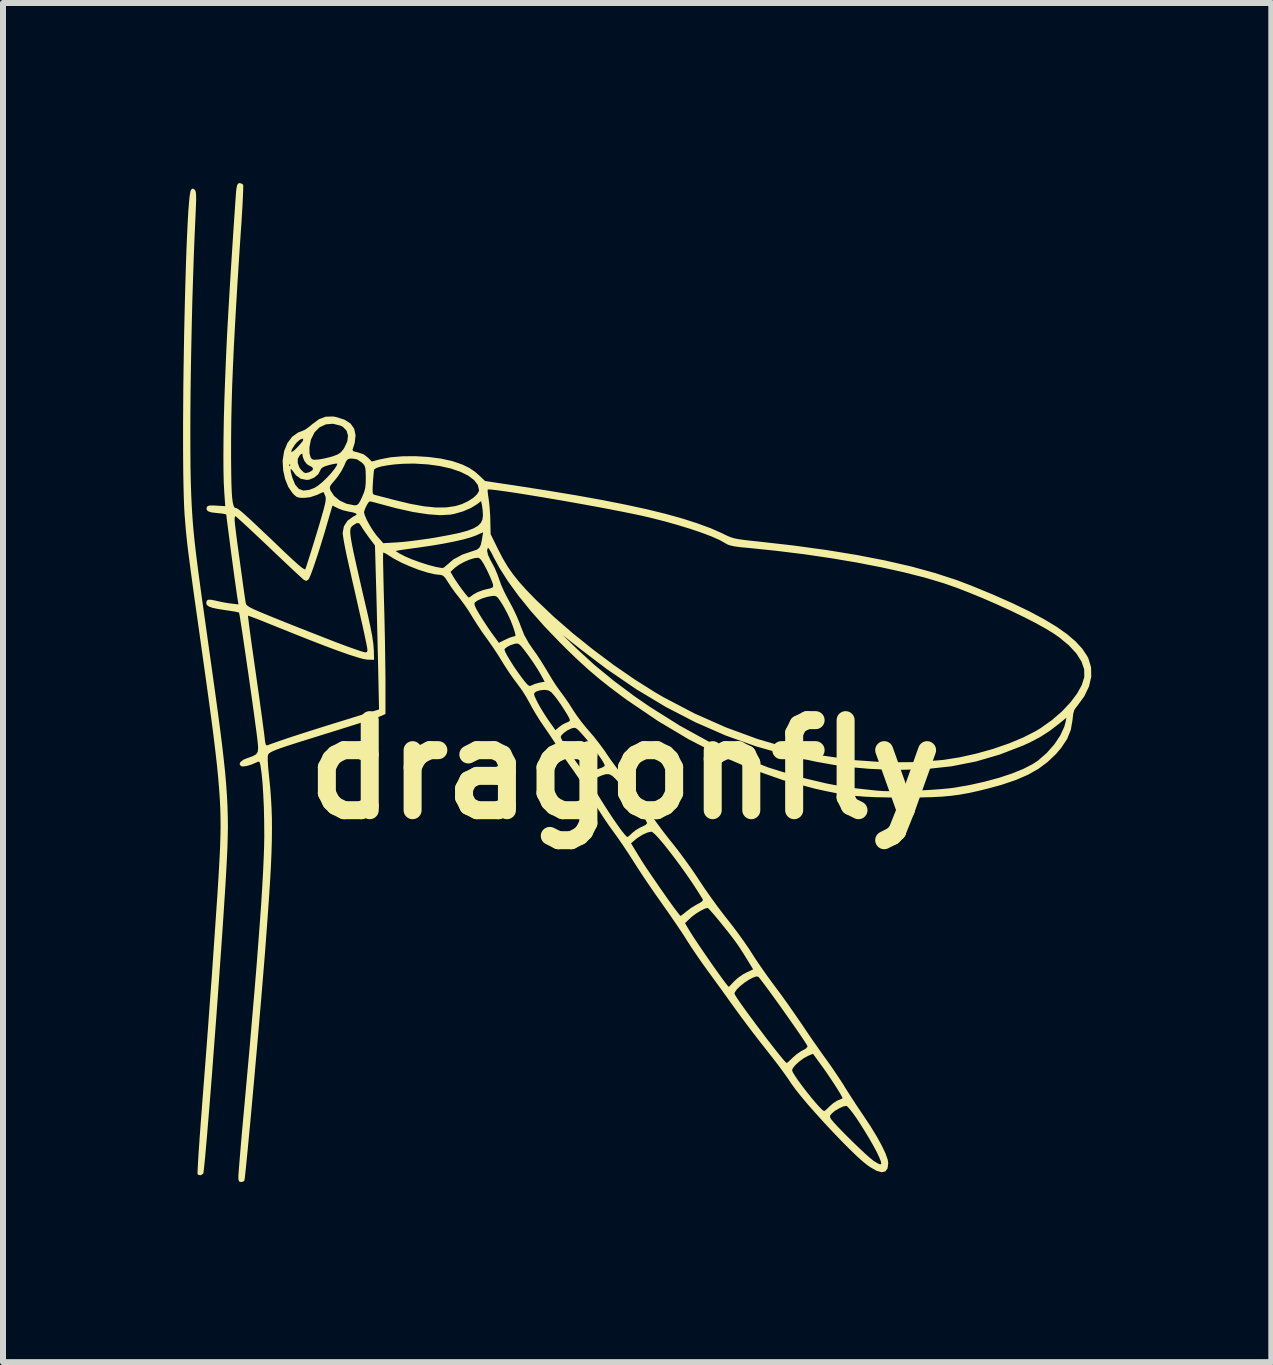
<source format=kicad_pcb>
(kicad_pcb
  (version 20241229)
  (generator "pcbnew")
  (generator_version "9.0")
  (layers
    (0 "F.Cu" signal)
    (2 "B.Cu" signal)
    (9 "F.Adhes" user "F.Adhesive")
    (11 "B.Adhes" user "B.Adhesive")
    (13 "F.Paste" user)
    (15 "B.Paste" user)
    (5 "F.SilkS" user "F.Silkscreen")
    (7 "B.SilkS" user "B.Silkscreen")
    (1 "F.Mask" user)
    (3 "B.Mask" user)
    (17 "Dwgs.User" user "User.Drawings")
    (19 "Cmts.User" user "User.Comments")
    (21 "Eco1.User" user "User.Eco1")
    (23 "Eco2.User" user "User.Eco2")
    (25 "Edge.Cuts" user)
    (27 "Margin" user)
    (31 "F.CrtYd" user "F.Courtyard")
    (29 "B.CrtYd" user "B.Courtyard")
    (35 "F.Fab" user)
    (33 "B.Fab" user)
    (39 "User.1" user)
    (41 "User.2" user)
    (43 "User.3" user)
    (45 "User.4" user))
  (footprint "dragonfly"
    (layer "F.Cu")
    (at 7.36 9.77)
    (property "Reference" "dragonfly" (at 0 0 0) (layer "F.SilkS") (effects (font (size 1.5 1.5) (thickness 0.3))))
    (attr board_only exclude_from_pos_files exclude_from_bom)
    (fp_poly (pts (xy -7.171 -9.664) (xy -7.165 -9.658) (xy -7.154 -9.64) (xy -7.146 -9.609) (xy -7.143 -9.559) (xy -7.142 -9.484) (xy -7.146 -9.377) (xy -7.152 -9.233) (xy -7.153 -9.213) (xy -7.168 -8.881) (xy -7.182 -8.53) (xy -7.194 -8.165) (xy -7.206 -7.791) (xy -7.215 -7.412) (xy -7.223 -7.034) (xy -7.23 -6.66) (xy -7.235 -6.296) (xy -7.238 -5.946) (xy -7.239 -5.615) (xy -7.238 -5.308) (xy -7.236 -5.029) (xy -7.231 -4.784) (xy -7.224 -4.576) (xy -7.221 -4.505) (xy -7.215 -4.381) (xy -7.208 -4.265) (xy -7.2 -4.152) (xy -7.191 -4.038) (xy -7.18 -3.92) (xy -7.167 -3.794) (xy -7.151 -3.655) (xy -7.132 -3.5) (xy -7.11 -3.324) (xy -7.083 -3.124) (xy -7.052 -2.895) (xy -7.015 -2.634) (xy -6.973 -2.337) (xy -6.93 -2.028) (xy -6.874 -1.63) (xy -6.824 -1.272) (xy -6.78 -0.951) (xy -6.742 -0.663) (xy -6.709 -0.402) (xy -6.682 -0.166) (xy -6.659 0.049) (xy -6.642 0.247) (xy -6.629 0.433) (xy -6.62 0.61) (xy -6.615 0.782) (xy -6.613 0.952) (xy -6.616 1.126) (xy -6.621 1.306) (xy -6.63 1.497) (xy -6.641 1.702) (xy -6.654 1.926) (xy -6.662 2.05) (xy -6.68 2.326) (xy -6.699 2.617) (xy -6.72 2.92) (xy -6.742 3.23) (xy -6.764 3.546) (xy -6.787 3.863) (xy -6.81 4.179) (xy -6.834 4.491) (xy -6.857 4.795) (xy -6.879 5.089) (xy -6.901 5.368) (xy -6.922 5.63) (xy -6.942 5.872) (xy -6.96 6.091) (xy -6.977 6.283) (xy -6.991 6.445) (xy -7.004 6.575) (xy -7.014 6.668) (xy -7.021 6.722) (xy -7.025 6.734) (xy -7.064 6.76) (xy -7.104 6.755) (xy -7.118 6.741) (xy -7.119 6.715) (xy -7.116 6.649) (xy -7.111 6.548) (xy -7.103 6.414) (xy -7.092 6.253) (xy -7.079 6.069) (xy -7.064 5.866) (xy -7.047 5.648) (xy -7.042 5.577) (xy -7.009 5.151) (xy -6.976 4.723) (xy -6.944 4.299) (xy -6.914 3.883) (xy -6.884 3.48) (xy -6.857 3.093) (xy -6.832 2.729) (xy -6.809 2.392) (xy -6.788 2.086) (xy -6.771 1.816) (xy -6.761 1.638) (xy -6.751 1.456) (xy -6.743 1.286) (xy -6.738 1.124) (xy -6.735 0.968) (xy -6.736 0.812) (xy -6.74 0.654) (xy -6.748 0.489) (xy -6.76 0.315) (xy -6.776 0.127) (xy -6.796 -0.078) (xy -6.822 -0.304) (xy -6.852 -0.555) (xy -6.888 -0.834) (xy -6.93 -1.144) (xy -6.978 -1.49) (xy -7.032 -1.875) (xy -7.052 -2.016) (xy -7.097 -2.339) (xy -7.137 -2.62) (xy -7.172 -2.865) (xy -7.201 -3.078) (xy -7.226 -3.261) (xy -7.247 -3.419) (xy -7.265 -3.555) (xy -7.28 -3.673) (xy -7.292 -3.777) (xy -7.302 -3.871) (xy -7.311 -3.958) (xy -7.318 -4.042) (xy -7.325 -4.127) (xy -7.332 -4.216) (xy -7.334 -4.233) (xy -7.342 -4.37) (xy -7.348 -4.539) (xy -7.353 -4.737) (xy -7.357 -4.96) (xy -7.359 -5.206) (xy -7.36 -5.471) (xy -7.36 -5.751) (xy -7.358 -6.043) (xy -7.356 -6.345) (xy -7.352 -6.651) (xy -7.347 -6.96) (xy -7.342 -7.268) (xy -7.335 -7.572) (xy -7.328 -7.867) (xy -7.32 -8.152) (xy -7.312 -8.421) (xy -7.303 -8.674) (xy -7.293 -8.904) (xy -7.283 -9.111) (xy -7.273 -9.289) (xy -7.262 -9.437) (xy -7.251 -9.549) (xy -7.239 -9.624) (xy -7.228 -9.658) (xy -7.228 -9.658) (xy -7.199 -9.679)) (stroke (width 0) (type solid)) (fill yes) (layer "F.SilkS"))
    (fp_poly (pts (xy -6.373 -9.756) (xy -6.359 -9.739) (xy -6.357 -9.709) (xy -6.359 -9.641) (xy -6.363 -9.54) (xy -6.369 -9.412) (xy -6.378 -9.262) (xy -6.388 -9.096) (xy -6.393 -9.031) (xy -6.425 -8.55) (xy -6.453 -8.11) (xy -6.477 -7.707) (xy -6.498 -7.336) (xy -6.516 -6.995) (xy -6.53 -6.679) (xy -6.542 -6.385) (xy -6.55 -6.108) (xy -6.556 -5.845) (xy -6.559 -5.593) (xy -6.56 -5.436) (xy -6.56 -5.18) (xy -6.558 -4.964) (xy -6.555 -4.787) (xy -6.55 -4.645) (xy -6.543 -4.536) (xy -6.533 -4.455) (xy -6.52 -4.4) (xy -6.505 -4.368) (xy -6.487 -4.356) (xy -6.483 -4.356) (xy -6.468 -4.353) (xy -6.448 -4.342) (xy -6.418 -4.321) (xy -6.376 -4.286) (xy -6.32 -4.237) (xy -6.246 -4.17) (xy -6.152 -4.082) (xy -6.035 -3.971) (xy -5.892 -3.836) (xy -5.721 -3.672) (xy -5.672 -3.625) (xy -5.545 -3.506) (xy -5.448 -3.418) (xy -5.379 -3.361) (xy -5.337 -3.335) (xy -5.323 -3.336) (xy -5.313 -3.364) (xy -5.292 -3.429) (xy -5.261 -3.525) (xy -5.223 -3.646) (xy -5.18 -3.785) (xy -5.136 -3.929) (xy -5.084 -4.101) (xy -5.045 -4.236) (xy -5.016 -4.339) (xy -4.997 -4.415) (xy -4.986 -4.471) (xy -4.983 -4.51) (xy -4.985 -4.538) (xy -4.992 -4.558) (xy -5.011 -4.603) (xy -5.023 -4.623) (xy -5.023 -4.623) (xy -5.043 -4.614) (xy -5.091 -4.592) (xy -5.126 -4.575) (xy -5.244 -4.536) (xy -5.343 -4.525) (xy -5.417 -4.527) (xy -5.465 -4.54) (xy -5.508 -4.574) (xy -5.537 -4.605) (xy -5.607 -4.707) (xy -5.66 -4.839) (xy -5.693 -4.987) (xy -5.693 -5.002) (xy -5.568 -5.002) (xy -5.565 -4.961) (xy -5.545 -4.882) (xy -5.537 -4.855) (xy -5.492 -4.745) (xy -5.433 -4.676) (xy -5.357 -4.647) (xy -5.26 -4.658) (xy -5.174 -4.69) (xy -4.915 -4.69) (xy -4.906 -4.655) (xy -4.903 -4.648) (xy -4.842 -4.556) (xy -4.75 -4.48) (xy -4.636 -4.427) (xy -4.511 -4.402) (xy -4.498 -4.402) (xy -4.464 -4.406) (xy -4.437 -4.428) (xy -4.408 -4.475) (xy -4.377 -4.54) (xy -4.344 -4.62) (xy -4.343 -4.625) (xy -4.202 -4.625) (xy -4.196 -4.594) (xy -4.181 -4.579) (xy -4.16 -4.573) (xy -4.12 -4.563) (xy -4.047 -4.544) (xy -3.952 -4.52) (xy -3.845 -4.491) (xy -3.843 -4.491) (xy -3.579 -4.427) (xy -3.349 -4.385) (xy -3.149 -4.365) (xy -2.976 -4.366) (xy -2.825 -4.388) (xy -2.718 -4.42) (xy -2.615 -4.468) (xy -2.527 -4.524) (xy -2.463 -4.584) (xy -2.431 -4.638) (xy -2.286 -4.638) (xy -2.28 -4.582) (xy -2.271 -4.523) (xy -2.26 -4.443) (xy -2.25 -4.336) (xy -2.243 -4.219) (xy -2.241 -4.157) (xy -2.236 -3.921) (xy -2.11 -3.665) (xy -2.031 -3.513) (xy -1.951 -3.378) (xy -1.862 -3.251) (xy -1.759 -3.123) (xy -1.635 -2.985) (xy -1.483 -2.829) (xy -1.472 -2.818) (xy -1.184 -2.545) (xy -0.867 -2.269) (xy -0.529 -1.998) (xy -0.181 -1.738) (xy 0.167 -1.498) (xy 0.505 -1.285) (xy 0.646 -1.203) (xy 1.161 -0.933) (xy 1.685 -0.701) (xy 2.216 -0.506) (xy 2.751 -0.35) (xy 3.286 -0.233) (xy 3.819 -0.156) (xy 4.347 -0.119) (xy 4.866 -0.123) (xy 5.303 -0.159) (xy 5.576 -0.202) (xy 5.854 -0.264) (xy 6.13 -0.341) (xy 6.392 -0.431) (xy 6.633 -0.531) (xy 6.842 -0.637) (xy 6.929 -0.69) (xy 7.115 -0.822) (xy 7.28 -0.965) (xy 7.421 -1.114) (xy 7.533 -1.262) (xy 7.613 -1.406) (xy 7.655 -1.54) (xy 7.655 -1.545) (xy 7.653 -1.669) (xy 7.608 -1.799) (xy 7.523 -1.933) (xy 7.398 -2.068) (xy 7.236 -2.202) (xy 7.141 -2.268) (xy 7.006 -2.35) (xy 6.837 -2.444) (xy 6.64 -2.544) (xy 6.425 -2.648) (xy 6.199 -2.751) (xy 5.969 -2.851) (xy 5.743 -2.944) (xy 5.529 -3.027) (xy 5.335 -3.095) (xy 5.303 -3.106) (xy 4.993 -3.198) (xy 4.646 -3.286) (xy 4.265 -3.37) (xy 3.858 -3.449) (xy 3.43 -3.521) (xy 2.987 -3.586) (xy 2.535 -3.642) (xy 2.08 -3.689) (xy 2.061 -3.691) (xy 1.929 -3.703) (xy 1.833 -3.716) (xy 1.765 -3.73) (xy 1.716 -3.746) (xy 1.677 -3.767) (xy 1.675 -3.769) (xy 1.58 -3.822) (xy 1.448 -3.881) (xy 1.282 -3.944) (xy 1.09 -4.009) (xy 0.877 -4.074) (xy 0.649 -4.138) (xy 0.411 -4.198) (xy 0.267 -4.231) (xy 0.124 -4.261) (xy -0.043 -4.295) (xy -0.229 -4.331) (xy -0.429 -4.369) (xy -0.638 -4.407) (xy -0.853 -4.446) (xy -1.069 -4.484) (xy -1.281 -4.52) (xy -1.484 -4.554) (xy -1.674 -4.585) (xy -1.846 -4.612) (xy -1.996 -4.634) (xy -2.12 -4.651) (xy -2.212 -4.662) (xy -2.268 -4.666) (xy -2.284 -4.664) (xy -2.286 -4.638) (xy -2.431 -4.638) (xy -2.431 -4.639) (xy -2.429 -4.655) (xy -2.45 -4.742) (xy -2.512 -4.822) (xy -2.61 -4.896) (xy -2.74 -4.96) (xy -2.898 -5.014) (xy -3.081 -5.055) (xy -3.283 -5.083) (xy -3.501 -5.096) (xy -3.554 -5.096) (xy -3.696 -5.093) (xy -3.833 -5.083) (xy -3.956 -5.067) (xy -4.059 -5.048) (xy -4.134 -5.025) (xy -4.174 -5.001) (xy -4.177 -4.994) (xy -4.182 -4.961) (xy -4.188 -4.896) (xy -4.195 -4.81) (xy -4.197 -4.776) (xy -4.202 -4.683) (xy -4.202 -4.625) (xy -4.343 -4.625) (xy -4.325 -4.69) (xy -4.317 -4.77) (xy -4.316 -4.868) (xy -4.318 -4.96) (xy -4.323 -5.02) (xy -4.336 -5.06) (xy -4.358 -5.091) (xy -4.387 -5.118) (xy -4.462 -5.167) (xy -4.542 -5.18) (xy -4.59 -5.178) (xy -4.621 -5.164) (xy -4.646 -5.129) (xy -4.675 -5.062) (xy -4.677 -5.058) (xy -4.721 -4.973) (xy -4.782 -4.881) (xy -4.828 -4.823) (xy -4.881 -4.762) (xy -4.909 -4.722) (xy -4.915 -4.69) (xy -5.174 -4.69) (xy -5.173 -4.69) (xy -5.114 -4.727) (xy -5.044 -4.784) (xy -4.969 -4.855) (xy -4.898 -4.931) (xy -4.84 -5.003) (xy -4.801 -5.062) (xy -4.79 -5.094) (xy -4.81 -5.097) (xy -4.861 -5.088) (xy -4.925 -5.073) (xy -5.004 -5.048) (xy -5.049 -5.023) (xy -5.07 -4.993) (xy -5.072 -4.986) (xy -5.109 -4.918) (xy -5.176 -4.862) (xy -5.257 -4.829) (xy -5.3 -4.824) (xy -5.398 -4.843) (xy -5.479 -4.901) (xy -5.527 -4.966) (xy -5.556 -5.004) (xy -5.568 -5.002) (xy -5.693 -5.002) (xy -5.697 -5.069) (xy -5.592 -5.069) (xy -5.584 -5.051) (xy -5.578 -5.054) (xy -5.575 -5.08) (xy -5.578 -5.084) (xy -5.591 -5.081) (xy -5.592 -5.069) (xy -5.697 -5.069) (xy -5.699 -5.104) (xy -5.449 -5.104) (xy -5.42 -5.028) (xy -5.389 -4.988) (xy -5.348 -4.949) (xy -5.315 -4.938) (xy -5.267 -4.95) (xy -5.249 -4.957) (xy -5.202 -4.987) (xy -5.196 -5.022) (xy -5.229 -5.05) (xy -5.247 -5.056) (xy -5.297 -5.087) (xy -5.341 -5.145) (xy -5.367 -5.213) (xy -5.37 -5.238) (xy -5.373 -5.262) (xy -5.391 -5.256) (xy -5.416 -5.234) (xy -5.449 -5.177) (xy -5.449 -5.104) (xy -5.699 -5.104) (xy -5.701 -5.138) (xy -5.7 -5.155) (xy -5.677 -5.299) (xy -5.559 -5.299) (xy -5.548 -5.29) (xy -5.511 -5.315) (xy -5.473 -5.35) (xy -5.459 -5.365) (xy -5.255 -5.365) (xy -5.253 -5.264) (xy -5.234 -5.198) (xy -5.213 -5.171) (xy -5.18 -5.16) (xy -5.121 -5.163) (xy -5.1 -5.165) (xy -5.013 -5.18) (xy -4.914 -5.204) (xy -4.864 -5.218) (xy -4.785 -5.248) (xy -4.732 -5.283) (xy -4.687 -5.338) (xy -4.675 -5.357) (xy -4.624 -5.464) (xy -4.612 -5.562) (xy -4.636 -5.645) (xy -4.697 -5.708) (xy -4.736 -5.728) (xy -4.862 -5.76) (xy -4.98 -5.75) (xy -5.084 -5.702) (xy -5.169 -5.618) (xy -5.227 -5.502) (xy -5.233 -5.481) (xy -5.255 -5.365) (xy -5.459 -5.365) (xy -5.419 -5.408) (xy -5.378 -5.456) (xy -5.361 -5.482) (xy -5.36 -5.509) (xy -5.382 -5.509) (xy -5.42 -5.489) (xy -5.463 -5.452) (xy -5.499 -5.409) (xy -5.543 -5.339) (xy -5.559 -5.299) (xy -5.677 -5.299) (xy -5.675 -5.308) (xy -5.621 -5.439) (xy -5.542 -5.544) (xy -5.442 -5.615) (xy -5.371 -5.641) (xy -5.324 -5.663) (xy -5.262 -5.707) (xy -5.211 -5.75) (xy -5.097 -5.835) (xy -4.983 -5.878) (xy -4.859 -5.881) (xy -4.809 -5.872) (xy -4.67 -5.828) (xy -4.57 -5.764) (xy -4.509 -5.677) (xy -4.486 -5.569) (xy -4.501 -5.438) (xy -4.537 -5.327) (xy -4.527 -5.304) (xy -4.476 -5.289) (xy -4.455 -5.285) (xy -4.353 -5.252) (xy -4.288 -5.202) (xy -4.215 -5.131) (xy -4.074 -5.168) (xy -3.904 -5.201) (xy -3.705 -5.218) (xy -3.491 -5.22) (xy -3.274 -5.207) (xy -3.067 -5.18) (xy -2.883 -5.14) (xy -2.853 -5.131) (xy -2.707 -5.08) (xy -2.592 -5.025) (xy -2.495 -4.959) (xy -2.429 -4.901) (xy -2.328 -4.806) (xy -1.782 -4.724) (xy -1.271 -4.644) (xy -0.803 -4.566) (xy -0.375 -4.489) (xy 0.013 -4.412) (xy 0.364 -4.336) (xy 0.679 -4.259) (xy 0.959 -4.181) (xy 1.208 -4.101) (xy 1.426 -4.021) (xy 1.615 -3.938) (xy 1.657 -3.917) (xy 1.714 -3.89) (xy 1.766 -3.869) (xy 1.822 -3.852) (xy 1.891 -3.838) (xy 1.98 -3.825) (xy 2.098 -3.811) (xy 2.225 -3.798) (xy 2.815 -3.731) (xy 3.362 -3.656) (xy 3.869 -3.573) (xy 4.338 -3.482) (xy 4.769 -3.383) (xy 5.165 -3.274) (xy 5.528 -3.156) (xy 5.768 -3.065) (xy 6.134 -2.914) (xy 6.457 -2.771) (xy 6.741 -2.634) (xy 6.986 -2.503) (xy 7.195 -2.377) (xy 7.369 -2.254) (xy 7.51 -2.133) (xy 7.62 -2.014) (xy 7.7 -1.895) (xy 7.724 -1.849) (xy 7.768 -1.702) (xy 7.771 -1.546) (xy 7.734 -1.384) (xy 7.656 -1.221) (xy 7.539 -1.059) (xy 7.519 -1.036) (xy 7.489 -0.991) (xy 7.471 -0.929) (xy 7.46 -0.838) (xy 7.459 -0.824) (xy 7.431 -0.662) (xy 7.369 -0.508) (xy 7.268 -0.356) (xy 7.179 -0.253) (xy 7.042 -0.123) (xy 6.89 -0.01) (xy 6.717 0.088) (xy 6.516 0.175) (xy 6.282 0.254) (xy 6.073 0.312) (xy 5.895 0.356) (xy 5.737 0.391) (xy 5.589 0.418) (xy 5.442 0.438) (xy 5.288 0.452) (xy 5.117 0.461) (xy 4.922 0.466) (xy 4.693 0.468) (xy 4.634 0.468) (xy 4.395 0.466) (xy 4.191 0.462) (xy 4.012 0.454) (xy 3.85 0.441) (xy 3.695 0.422) (xy 3.537 0.397) (xy 3.367 0.364) (xy 3.176 0.322) (xy 3.164 0.319) (xy 2.641 0.179) (xy 2.116 -0.005) (xy 1.591 -0.232) (xy 1.068 -0.5) (xy 0.548 -0.81) (xy 0.034 -1.159) (xy -0.067 -1.233) (xy -0.26 -1.378) (xy -0.433 -1.516) (xy -0.597 -1.655) (xy -0.762 -1.805) (xy -0.937 -1.972) (xy -1.081 -2.115) (xy -1.201 -2.24) (xy -1.036 -2.24) (xy -0.795 -2.006) (xy -0.51 -1.745) (xy -0.19 -1.482) (xy 0.158 -1.222) (xy 0.412 -1.047) (xy 0.913 -0.732) (xy 1.408 -0.459) (xy 1.899 -0.227) (xy 2.389 -0.034) (xy 2.882 0.12) (xy 3.364 0.234) (xy 3.495 0.259) (xy 3.614 0.28) (xy 3.735 0.298) (xy 3.867 0.316) (xy 4.02 0.333) (xy 4.207 0.353) (xy 4.222 0.354) (xy 4.317 0.36) (xy 4.447 0.362) (xy 4.602 0.36) (xy 4.772 0.355) (xy 4.948 0.348) (xy 5.12 0.338) (xy 5.279 0.326) (xy 5.415 0.313) (xy 5.492 0.303) (xy 5.75 0.258) (xy 6 0.202) (xy 6.236 0.138) (xy 6.45 0.067) (xy 6.638 -0.009) (xy 6.792 -0.088) (xy 6.885 -0.149) (xy 7.031 -0.277) (xy 7.156 -0.419) (xy 7.255 -0.567) (xy 7.322 -0.713) (xy 7.342 -0.787) (xy 7.357 -0.862) (xy 7.227 -0.756) (xy 7.072 -0.638) (xy 6.919 -0.54) (xy 6.75 -0.451) (xy 6.633 -0.398) (xy 6.245 -0.248) (xy 5.85 -0.133) (xy 5.443 -0.053) (xy 5.017 -0.006) (xy 4.567 0.007) (xy 4.389 0.004) (xy 4.073 -0.011) (xy 3.776 -0.037) (xy 3.485 -0.076) (xy 3.186 -0.129) (xy 2.866 -0.199) (xy 2.707 -0.237) (xy 2.186 -0.385) (xy 1.677 -0.567) (xy 1.177 -0.786) (xy 0.682 -1.042) (xy 0.189 -1.338) (xy -0.304 -1.675) (xy -0.744 -2.009) (xy -1.036 -2.24) (xy -1.201 -2.24) (xy -1.336 -2.38) (xy -1.567 -2.641) (xy -1.772 -2.894) (xy -1.947 -3.135) (xy -2.09 -3.36) (xy -2.181 -3.528) (xy -2.22 -3.606) (xy -2.254 -3.663) (xy -2.276 -3.692) (xy -2.281 -3.694) (xy -2.295 -3.649) (xy -2.28 -3.577) (xy -2.236 -3.483) (xy -2.217 -3.449) (xy -2.168 -3.356) (xy -2.121 -3.246) (xy -2.092 -3.164) (xy -2.06 -3.076) (xy -2.012 -2.967) (xy -1.955 -2.855) (xy -1.923 -2.797) (xy -1.862 -2.683) (xy -1.802 -2.556) (xy -1.752 -2.437) (xy -1.735 -2.389) (xy -1.675 -2.239) (xy -1.6 -2.105) (xy -1.539 -2.016) (xy -1.467 -1.915) (xy -1.389 -1.795) (xy -1.316 -1.676) (xy -1.291 -1.634) (xy -1.228 -1.529) (xy -1.16 -1.421) (xy -1.095 -1.328) (xy -1.068 -1.292) (xy -1.005 -1.206) (xy -0.933 -1.102) (xy -0.868 -1) (xy -0.86 -0.987) (xy -0.796 -0.892) (xy -0.715 -0.783) (xy -0.63 -0.679) (xy -0.597 -0.642) (xy -0.513 -0.544) (xy -0.421 -0.426) (xy -0.335 -0.309) (xy -0.3 -0.256) (xy -0.227 -0.15) (xy -0.136 -0.027) (xy -0.042 0.095) (xy 0.025 0.178) (xy 0.115 0.291) (xy 0.214 0.424) (xy 0.309 0.559) (xy 0.373 0.657) (xy 0.446 0.767) (xy 0.538 0.898) (xy 0.64 1.035) (xy 0.741 1.165) (xy 0.781 1.214) (xy 0.885 1.346) (xy 0.998 1.498) (xy 1.11 1.654) (xy 1.208 1.798) (xy 1.233 1.837) (xy 1.321 1.97) (xy 1.427 2.121) (xy 1.54 2.277) (xy 1.649 2.421) (xy 1.697 2.481) (xy 1.794 2.606) (xy 1.895 2.74) (xy 1.99 2.873) (xy 2.071 2.991) (xy 2.109 3.051) (xy 2.178 3.158) (xy 2.265 3.286) (xy 2.361 3.423) (xy 2.457 3.555) (xy 2.497 3.609) (xy 2.597 3.743) (xy 2.707 3.896) (xy 2.816 4.052) (xy 2.914 4.194) (xy 2.941 4.233) (xy 3.03 4.366) (xy 3.13 4.512) (xy 3.231 4.656) (xy 3.321 4.783) (xy 3.343 4.813) (xy 3.426 4.929) (xy 3.511 5.054) (xy 3.59 5.172) (xy 3.654 5.271) (xy 3.659 5.281) (xy 3.718 5.375) (xy 3.794 5.493) (xy 3.877 5.62) (xy 3.959 5.742) (xy 3.974 5.764) (xy 4.096 5.948) (xy 4.199 6.117) (xy 4.282 6.268) (xy 4.343 6.397) (xy 4.379 6.498) (xy 4.389 6.56) (xy 4.377 6.647) (xy 4.34 6.697) (xy 4.279 6.71) (xy 4.194 6.686) (xy 4.086 6.624) (xy 4.047 6.597) (xy 3.964 6.531) (xy 3.859 6.436) (xy 3.737 6.318) (xy 3.602 6.182) (xy 3.461 6.035) (xy 3.318 5.882) (xy 3.217 5.77) (xy 3.418 5.77) (xy 3.422 5.801) (xy 3.44 5.831) (xy 3.478 5.876) (xy 3.541 5.945) (xy 3.623 6.03) (xy 3.718 6.126) (xy 3.818 6.224) (xy 3.916 6.318) (xy 4.006 6.402) (xy 4.081 6.469) (xy 4.134 6.512) (xy 4.142 6.519) (xy 4.214 6.563) (xy 4.256 6.58) (xy 4.272 6.571) (xy 4.267 6.535) (xy 4.267 6.534) (xy 4.241 6.467) (xy 4.199 6.377) (xy 4.142 6.271) (xy 4.076 6.155) (xy 4.004 6.036) (xy 3.931 5.919) (xy 3.861 5.812) (xy 3.796 5.721) (xy 3.742 5.652) (xy 3.703 5.611) (xy 3.687 5.604) (xy 3.635 5.616) (xy 3.566 5.648) (xy 3.497 5.69) (xy 3.446 5.733) (xy 3.446 5.734) (xy 3.418 5.77) (xy 3.217 5.77) (xy 3.18 5.729) (xy 3.05 5.582) (xy 2.936 5.446) (xy 2.841 5.327) (xy 2.772 5.231) (xy 2.759 5.211) (xy 2.711 5.14) (xy 2.642 5.043) (xy 2.617 5.009) (xy 2.786 5.009) (xy 2.799 5.044) (xy 2.835 5.104) (xy 2.889 5.183) (xy 2.956 5.275) (xy 3.031 5.372) (xy 3.107 5.467) (xy 3.179 5.553) (xy 3.243 5.624) (xy 3.292 5.673) (xy 3.321 5.692) (xy 3.321 5.692) (xy 3.342 5.678) (xy 3.383 5.641) (xy 3.408 5.616) (xy 3.468 5.563) (xy 3.532 5.521) (xy 3.551 5.512) (xy 3.6 5.492) (xy 3.627 5.48) (xy 3.627 5.48) (xy 3.621 5.459) (xy 3.593 5.408) (xy 3.548 5.334) (xy 3.491 5.244) (xy 3.425 5.145) (xy 3.356 5.043) (xy 3.292 4.953) (xy 3.135 4.737) (xy 3.056 4.77) (xy 2.985 4.808) (xy 2.913 4.86) (xy 2.848 4.918) (xy 2.803 4.971) (xy 2.786 5.009) (xy 2.617 5.009) (xy 2.558 4.929) (xy 2.464 4.807) (xy 2.369 4.686) (xy 2.366 4.682) (xy 2.255 4.541) (xy 2.131 4.381) (xy 2.007 4.216) (xy 1.892 4.061) (xy 1.823 3.966) (xy 1.726 3.831) (xy 1.657 3.735) (xy 1.827 3.735) (xy 1.84 3.762) (xy 1.876 3.819) (xy 1.932 3.9) (xy 2.003 4) (xy 2.086 4.113) (xy 2.176 4.235) (xy 2.27 4.36) (xy 2.363 4.484) (xy 2.453 4.599) (xy 2.534 4.703) (xy 2.603 4.788) (xy 2.656 4.851) (xy 2.689 4.885) (xy 2.697 4.89) (xy 2.718 4.876) (xy 2.759 4.838) (xy 2.794 4.804) (xy 2.861 4.745) (xy 2.935 4.694) (xy 2.966 4.678) (xy 3.022 4.646) (xy 3.044 4.616) (xy 3.043 4.61) (xy 3.024 4.575) (xy 2.983 4.511) (xy 2.923 4.422) (xy 2.849 4.314) (xy 2.765 4.194) (xy 2.675 4.066) (xy 2.583 3.936) (xy 2.492 3.81) (xy 2.408 3.694) (xy 2.334 3.594) (xy 2.274 3.515) (xy 2.232 3.462) (xy 2.225 3.455) (xy 2.192 3.448) (xy 2.136 3.467) (xy 2.066 3.504) (xy 1.992 3.553) (xy 1.922 3.609) (xy 1.866 3.664) (xy 1.833 3.712) (xy 1.827 3.735) (xy 1.657 3.735) (xy 1.621 3.684) (xy 1.516 3.54) (xy 1.422 3.41) (xy 1.367 3.335) (xy 1.282 3.217) (xy 1.193 3.088) (xy 1.11 2.965) (xy 1.042 2.86) (xy 1.034 2.847) (xy 0.98 2.761) (xy 0.906 2.65) (xy 0.845 2.56) (xy 1.003 2.56) (xy 1.062 2.661) (xy 1.103 2.727) (xy 1.159 2.815) (xy 1.228 2.918) (xy 1.305 3.031) (xy 1.386 3.149) (xy 1.467 3.266) (xy 1.544 3.374) (xy 1.613 3.47) (xy 1.67 3.547) (xy 1.71 3.599) (xy 1.731 3.62) (xy 1.732 3.621) (xy 1.749 3.606) (xy 1.786 3.567) (xy 1.818 3.532) (xy 1.886 3.471) (xy 1.971 3.412) (xy 2.018 3.387) (xy 2.138 3.33) (xy 2.046 3.18) (xy 1.991 3.091) (xy 1.934 3.001) (xy 1.887 2.93) (xy 1.887 2.93) (xy 1.84 2.864) (xy 1.778 2.781) (xy 1.706 2.689) (xy 1.63 2.595) (xy 1.556 2.503) (xy 1.488 2.422) (xy 1.432 2.358) (xy 1.393 2.317) (xy 1.378 2.306) (xy 1.332 2.319) (xy 1.265 2.353) (xy 1.19 2.399) (xy 1.119 2.451) (xy 1.087 2.48) (xy 1.003 2.56) (xy 0.845 2.56) (xy 0.818 2.521) (xy 0.724 2.384) (xy 0.629 2.25) (xy 0.615 2.229) (xy 0.516 2.089) (xy 0.412 1.938) (xy 0.311 1.789) (xy 0.222 1.653) (xy 0.15 1.541) (xy 0.148 1.537) (xy 0.068 1.412) (xy -0.022 1.277) (xy -0.054 1.23) (xy 0.103 1.23) (xy 0.244 1.461) (xy 0.291 1.537) (xy 0.353 1.632) (xy 0.427 1.741) (xy 0.507 1.858) (xy 0.59 1.979) (xy 0.672 2.096) (xy 0.749 2.205) (xy 0.817 2.299) (xy 0.873 2.373) (xy 0.911 2.422) (xy 0.929 2.44) (xy 0.95 2.426) (xy 0.994 2.392) (xy 1.029 2.363) (xy 1.105 2.306) (xy 1.189 2.255) (xy 1.218 2.24) (xy 1.282 2.203) (xy 1.302 2.174) (xy 1.3 2.166) (xy 1.22 2.037) (xy 1.13 1.899) (xy 1.032 1.756) (xy 0.931 1.614) (xy 0.83 1.477) (xy 0.733 1.351) (xy 0.644 1.239) (xy 0.566 1.147) (xy 0.503 1.08) (xy 0.459 1.043) (xy 0.443 1.036) (xy 0.377 1.05) (xy 0.295 1.087) (xy 0.211 1.14) (xy 0.18 1.165) (xy 0.103 1.23) (xy -0.054 1.23) (xy -0.111 1.147) (xy -0.188 1.04) (xy -0.196 1.029) (xy -0.27 0.926) (xy -0.356 0.8) (xy -0.444 0.663) (xy -0.525 0.532) (xy -0.541 0.505) (xy -0.618 0.38) (xy -0.701 0.248) (xy -0.723 0.214) (xy -0.566 0.214) (xy -0.56 0.228) (xy -0.501 0.334) (xy -0.431 0.452) (xy -0.354 0.575) (xy -0.275 0.699) (xy -0.196 0.818) (xy -0.122 0.925) (xy -0.057 1.015) (xy -0.004 1.081) (xy 0.031 1.119) (xy 0.043 1.125) (xy 0.067 1.11) (xy 0.107 1.074) (xy 0.122 1.059) (xy 0.185 1.008) (xy 0.262 0.964) (xy 0.283 0.955) (xy 0.346 0.924) (xy 0.371 0.896) (xy 0.37 0.889) (xy 0.345 0.84) (xy 0.298 0.765) (xy 0.236 0.671) (xy 0.164 0.566) (xy 0.089 0.46) (xy 0.015 0.361) (xy -0.052 0.276) (xy -0.077 0.245) (xy -0.153 0.159) (xy -0.211 0.105) (xy -0.261 0.079) (xy -0.315 0.078) (xy -0.384 0.099) (xy -0.463 0.134) (xy -0.53 0.167) (xy -0.561 0.191) (xy -0.566 0.214) (xy -0.723 0.214) (xy -0.783 0.124) (xy -0.854 0.021) (xy -0.869 0) (xy -0.941 -0.1) (xy -1.013 -0.206) (xy -1.075 -0.301) (xy -1.102 -0.345) (xy -1.152 -0.426) (xy -1.219 -0.527) (xy -1.229 -0.542) (xy -1.069 -0.542) (xy -1.057 -0.511) (xy -1.024 -0.452) (xy -0.976 -0.372) (xy -0.916 -0.28) (xy -0.851 -0.183) (xy -0.784 -0.089) (xy -0.768 -0.067) (xy -0.644 0.101) (xy -0.59 0.059) (xy -0.535 0.027) (xy -0.461 -0.003) (xy -0.436 -0.011) (xy -0.376 -0.033) (xy -0.34 -0.056) (xy -0.334 -0.066) (xy -0.347 -0.099) (xy -0.383 -0.16) (xy -0.436 -0.238) (xy -0.501 -0.328) (xy -0.571 -0.42) (xy -0.641 -0.507) (xy -0.694 -0.568) (xy -0.755 -0.636) (xy -0.797 -0.676) (xy -0.828 -0.693) (xy -0.857 -0.693) (xy -0.893 -0.682) (xy -0.954 -0.653) (xy -1.013 -0.612) (xy -1.055 -0.571) (xy -1.069 -0.542) (xy -1.229 -0.542) (xy -1.291 -0.634) (xy -1.338 -0.702) (xy -1.411 -0.809) (xy -1.484 -0.926) (xy -1.548 -1.035) (xy -1.578 -1.092) (xy -1.638 -1.199) (xy -1.672 -1.255) (xy -1.512 -1.255) (xy -1.503 -1.22) (xy -1.476 -1.162) (xy -1.456 -1.121) (xy -1.408 -1.033) (xy -1.345 -0.93) (xy -1.281 -0.832) (xy -1.271 -0.818) (xy -1.156 -0.655) (xy -1.089 -0.712) (xy -1.03 -0.753) (xy -0.975 -0.78) (xy -0.967 -0.782) (xy -0.927 -0.801) (xy -0.914 -0.821) (xy -0.926 -0.854) (xy -0.959 -0.914) (xy -1.006 -0.99) (xy -1.06 -1.074) (xy -1.117 -1.155) (xy -1.17 -1.225) (xy -1.175 -1.23) (xy -1.225 -1.287) (xy -1.267 -1.315) (xy -1.316 -1.325) (xy -1.346 -1.326) (xy -1.416 -1.318) (xy -1.473 -1.3) (xy -1.483 -1.294) (xy -1.505 -1.276) (xy -1.512 -1.255) (xy -1.672 -1.255) (xy -1.711 -1.316) (xy -1.784 -1.417) (xy -1.789 -1.424) (xy -1.856 -1.513) (xy -1.933 -1.623) (xy -2.006 -1.736) (xy -2.037 -1.786) (xy -2.107 -1.899) (xy -2.17 -1.995) (xy -2.005 -1.995) (xy -1.993 -1.96) (xy -1.96 -1.897) (xy -1.911 -1.815) (xy -1.853 -1.723) (xy -1.789 -1.629) (xy -1.726 -1.542) (xy -1.72 -1.534) (xy -1.661 -1.458) (xy -1.621 -1.413) (xy -1.593 -1.393) (xy -1.571 -1.393) (xy -1.551 -1.403) (xy -1.497 -1.426) (xy -1.428 -1.445) (xy -1.42 -1.447) (xy -1.335 -1.462) (xy -1.408 -1.595) (xy -1.455 -1.673) (xy -1.518 -1.771) (xy -1.588 -1.872) (xy -1.622 -1.919) (xy -1.685 -2.003) (xy -1.729 -2.057) (xy -1.761 -2.087) (xy -1.788 -2.098) (xy -1.818 -2.097) (xy -1.834 -2.094) (xy -1.903 -2.072) (xy -1.963 -2.041) (xy -2 -2.01) (xy -2.005 -1.995) (xy -2.17 -1.995) (xy -2.188 -2.022) (xy -2.267 -2.136) (xy -2.296 -2.176) (xy -2.372 -2.282) (xy -2.453 -2.403) (xy -2.525 -2.517) (xy -2.542 -2.545) (xy -2.605 -2.647) (xy -2.677 -2.752) (xy -2.684 -2.761) (xy -2.506 -2.761) (xy -2.498 -2.726) (xy -2.472 -2.67) (xy -2.424 -2.587) (xy -2.418 -2.577) (xy -2.354 -2.475) (xy -2.281 -2.364) (xy -2.214 -2.268) (xy -2.205 -2.256) (xy -2.098 -2.11) (xy -1.992 -2.163) (xy -1.924 -2.194) (xy -1.868 -2.213) (xy -1.847 -2.217) (xy -1.829 -2.22) (xy -1.822 -2.237) (xy -1.829 -2.274) (xy -1.85 -2.341) (xy -1.864 -2.383) (xy -1.903 -2.484) (xy -1.957 -2.6) (xy -2.015 -2.708) (xy -2.024 -2.723) (xy -2.075 -2.805) (xy -2.11 -2.856) (xy -2.139 -2.882) (xy -2.168 -2.892) (xy -2.206 -2.891) (xy -2.206 -2.891) (xy -2.287 -2.877) (xy -2.373 -2.851) (xy -2.447 -2.819) (xy -2.495 -2.786) (xy -2.497 -2.784) (xy -2.506 -2.761) (xy -2.684 -2.761) (xy -2.744 -2.842) (xy -2.761 -2.864) (xy -2.829 -2.95) (xy -2.896 -3.044) (xy -2.944 -3.118) (xy -2.99 -3.189) (xy -3.027 -3.227) (xy -3.063 -3.241) (xy -3.076 -3.242) (xy -3.173 -3.253) (xy -3.297 -3.283) (xy -3.327 -3.293) (xy -2.904 -3.293) (xy -2.846 -3.192) (xy -2.811 -3.139) (xy -2.765 -3.072) (xy -2.714 -3.001) (xy -2.665 -2.937) (xy -2.625 -2.888) (xy -2.602 -2.864) (xy -2.6 -2.863) (xy -2.579 -2.875) (xy -2.537 -2.905) (xy -2.518 -2.919) (xy -2.452 -2.955) (xy -2.366 -2.987) (xy -2.313 -3.001) (xy -2.242 -3.017) (xy -2.205 -3.032) (xy -2.193 -3.053) (xy -2.197 -3.085) (xy -2.212 -3.129) (xy -2.242 -3.202) (xy -2.281 -3.289) (xy -2.302 -3.331) (xy -2.354 -3.43) (xy -2.395 -3.493) (xy -2.429 -3.523) (xy -2.442 -3.527) (xy -2.502 -3.522) (xy -2.586 -3.497) (xy -2.677 -3.458) (xy -2.762 -3.411) (xy -2.826 -3.365) (xy -2.904 -3.293) (xy -3.327 -3.293) (xy -3.438 -3.328) (xy -3.584 -3.385) (xy -3.726 -3.448) (xy -3.852 -3.515) (xy -3.914 -3.554) (xy -3.971 -3.59) (xy -4.012 -3.611) (xy -4.026 -3.613) (xy -4.027 -3.589) (xy -4.028 -3.526) (xy -4.027 -3.428) (xy -4.024 -3.301) (xy -4.021 -3.149) (xy -4.017 -2.978) (xy -4.012 -2.793) (xy -4.006 -2.577) (xy -4.001 -2.349) (xy -3.996 -2.119) (xy -3.993 -1.898) (xy -3.99 -1.696) (xy -3.988 -1.523) (xy -3.988 -1.453) (xy -3.988 -0.924) (xy -4.061 -0.891) (xy -4.098 -0.877) (xy -4.172 -0.851) (xy -4.279 -0.816) (xy -4.413 -0.773) (xy -4.57 -0.724) (xy -4.744 -0.669) (xy -4.929 -0.611) (xy -4.969 -0.599) (xy -5.193 -0.529) (xy -5.38 -0.471) (xy -5.531 -0.423) (xy -5.651 -0.384) (xy -5.744 -0.352) (xy -5.814 -0.326) (xy -5.864 -0.305) (xy -5.899 -0.287) (xy -5.923 -0.271) (xy -5.939 -0.256) (xy -5.941 -0.252) (xy -5.949 -0.219) (xy -5.949 -0.147) (xy -5.942 -0.035) (xy -5.927 0.119) (xy -5.923 0.156) (xy -5.907 0.318) (xy -5.895 0.478) (xy -5.886 0.64) (xy -5.88 0.808) (xy -5.879 0.987) (xy -5.881 1.181) (xy -5.887 1.393) (xy -5.897 1.627) (xy -5.912 1.888) (xy -5.931 2.179) (xy -5.954 2.505) (xy -5.981 2.869) (xy -5.994 3.041) (xy -6.012 3.265) (xy -6.032 3.506) (xy -6.053 3.762) (xy -6.076 4.029) (xy -6.099 4.302) (xy -6.123 4.579) (xy -6.148 4.856) (xy -6.172 5.129) (xy -6.196 5.394) (xy -6.219 5.648) (xy -6.241 5.888) (xy -6.262 6.109) (xy -6.281 6.309) (xy -6.298 6.483) (xy -6.312 6.627) (xy -6.324 6.739) (xy -6.333 6.815) (xy -6.339 6.851) (xy -6.34 6.853) (xy -6.37 6.87) (xy -6.396 6.874) (xy -6.425 6.865) (xy -6.437 6.833) (xy -6.439 6.787) (xy -6.437 6.746) (xy -6.431 6.667) (xy -6.422 6.553) (xy -6.41 6.41) (xy -6.396 6.243) (xy -6.38 6.056) (xy -6.362 5.856) (xy -6.35 5.729) (xy -6.298 5.153) (xy -6.25 4.621) (xy -6.208 4.129) (xy -6.169 3.677) (xy -6.135 3.263) (xy -6.106 2.885) (xy -6.08 2.542) (xy -6.058 2.232) (xy -6.041 1.953) (xy -6.027 1.704) (xy -6.017 1.483) (xy -6.01 1.289) (xy -6.007 1.12) (xy -6.007 1.081) (xy -6.009 0.852) (xy -6.014 0.628) (xy -6.024 0.417) (xy -6.036 0.227) (xy -6.052 0.064) (xy -6.07 -0.063) (xy -6.074 -0.083) (xy -6.086 -0.124) (xy -6.107 -0.131) (xy -6.146 -0.114) (xy -6.223 -0.081) (xy -6.3 -0.058) (xy -6.363 -0.05) (xy -6.394 -0.055) (xy -6.419 -0.088) (xy -6.404 -0.125) (xy -6.354 -0.163) (xy -6.29 -0.189) (xy -6.198 -0.222) (xy -6.143 -0.253) (xy -6.116 -0.295) (xy -6.109 -0.358) (xy -6.116 -0.445) (xy -6.123 -0.508) (xy -6.135 -0.605) (xy -6.152 -0.731) (xy -6.172 -0.88) (xy -6.195 -1.047) (xy -6.22 -1.227) (xy -6.247 -1.415) (xy -6.274 -1.606) (xy -6.302 -1.795) (xy -6.328 -1.976) (xy -6.353 -2.144) (xy -6.375 -2.294) (xy -6.395 -2.421) (xy -6.41 -2.52) (xy -6.417 -2.563) (xy -6.278 -2.563) (xy -6.277 -2.54) (xy -6.269 -2.478) (xy -6.257 -2.381) (xy -6.24 -2.254) (xy -6.219 -2.1) (xy -6.194 -1.926) (xy -6.167 -1.735) (xy -6.151 -1.624) (xy -6.122 -1.419) (xy -6.094 -1.222) (xy -6.069 -1.039) (xy -6.046 -0.875) (xy -6.028 -0.737) (xy -6.013 -0.629) (xy -6.004 -0.557) (xy -6.002 -0.539) (xy -5.993 -0.459) (xy -5.982 -0.415) (xy -5.968 -0.401) (xy -5.951 -0.404) (xy -5.918 -0.417) (xy -5.851 -0.441) (xy -5.76 -0.473) (xy -5.654 -0.509) (xy -5.637 -0.515) (xy -5.541 -0.547) (xy -5.411 -0.589) (xy -5.255 -0.639) (xy -5.084 -0.693) (xy -4.906 -0.749) (xy -4.728 -0.804) (xy -4.727 -0.804) (xy -4.095 -1) (xy -4.11 -1.703) (xy -4.115 -1.921) (xy -4.121 -2.165) (xy -4.127 -2.42) (xy -4.133 -2.671) (xy -4.139 -2.905) (xy -4.144 -3.069) (xy -4.16 -3.64) (xy -3.819 -3.64) (xy -3.753 -3.598) (xy -3.664 -3.551) (xy -3.545 -3.5) (xy -3.41 -3.451) (xy -3.272 -3.407) (xy -3.146 -3.374) (xy -3.044 -3.356) (xy -3.039 -3.355) (xy -3.008 -3.369) (xy -2.972 -3.4) (xy -2.856 -3.5) (xy -2.703 -3.582) (xy -2.522 -3.643) (xy -2.463 -3.663) (xy -2.424 -3.694) (xy -2.399 -3.745) (xy -2.381 -3.827) (xy -2.376 -3.859) (xy -2.362 -3.952) (xy -2.479 -3.899) (xy -2.565 -3.868) (xy -2.688 -3.833) (xy -2.842 -3.798) (xy -3.02 -3.763) (xy -3.214 -3.73) (xy -3.418 -3.7) (xy -3.431 -3.698) (xy -3.543 -3.683) (xy -3.642 -3.669) (xy -3.72 -3.658) (xy -3.764 -3.651) (xy -3.764 -3.651) (xy -3.819 -3.64) (xy -4.16 -3.64) (xy -4.163 -3.732) (xy -4.268 -3.871) (xy -4.321 -3.945) (xy -4.366 -4.011) (xy -4.394 -4.057) (xy -4.396 -4.061) (xy -4.427 -4.102) (xy -4.468 -4.105) (xy -4.525 -4.069) (xy -4.525 -4.069) (xy -4.543 -4.054) (xy -4.557 -4.039) (xy -4.567 -4.02) (xy -4.573 -3.994) (xy -4.575 -3.957) (xy -4.571 -3.907) (xy -4.562 -3.839) (xy -4.546 -3.751) (xy -4.524 -3.639) (xy -4.494 -3.501) (xy -4.456 -3.332) (xy -4.41 -3.13) (xy -4.355 -2.891) (xy -4.29 -2.612) (xy -4.286 -2.596) (xy -4.243 -2.398) (xy -4.21 -2.228) (xy -4.19 -2.091) (xy -4.182 -1.994) (xy -4.178 -1.827) (xy -4.289 -1.83) (xy -4.354 -1.84) (xy -4.459 -1.869) (xy -4.602 -1.915) (xy -4.785 -1.98) (xy -5.005 -2.062) (xy -5.263 -2.162) (xy -5.557 -2.279) (xy -5.838 -2.392) (xy -5.967 -2.444) (xy -6.081 -2.49) (xy -6.175 -2.526) (xy -6.242 -2.551) (xy -6.276 -2.562) (xy -6.278 -2.563) (xy -6.417 -2.563) (xy -6.421 -2.586) (xy -6.427 -2.613) (xy -6.427 -2.614) (xy -6.453 -2.621) (xy -6.512 -2.633) (xy -6.595 -2.646) (xy -6.645 -2.653) (xy -6.778 -2.674) (xy -6.872 -2.694) (xy -6.932 -2.716) (xy -6.964 -2.741) (xy -6.974 -2.772) (xy -6.974 -2.772) (xy -6.967 -2.81) (xy -6.943 -2.828) (xy -6.892 -2.828) (xy -6.808 -2.811) (xy -6.803 -2.809) (xy -6.706 -2.788) (xy -6.603 -2.77) (xy -6.555 -2.764) (xy -6.437 -2.75) (xy -6.449 -2.823) (xy -6.458 -2.876) (xy -6.47 -2.963) (xy -6.486 -3.076) (xy -6.505 -3.21) (xy -6.525 -3.358) (xy -6.546 -3.514) (xy -6.567 -3.67) (xy -6.586 -3.82) (xy -6.604 -3.957) (xy -6.619 -4.075) (xy -6.63 -4.158) (xy -6.501 -4.158) (xy -6.495 -4.086) (xy -6.487 -4.019) (xy -6.475 -3.92) (xy -6.459 -3.796) (xy -6.44 -3.655) (xy -6.419 -3.503) (xy -6.398 -3.349) (xy -6.377 -3.199) (xy -6.358 -3.06) (xy -6.341 -2.94) (xy -6.327 -2.846) (xy -6.318 -2.786) (xy -6.315 -2.77) (xy -6.309 -2.753) (xy -6.297 -2.736) (xy -6.273 -2.718) (xy -6.235 -2.695) (xy -6.177 -2.667) (xy -6.097 -2.632) (xy -5.989 -2.587) (xy -5.85 -2.53) (xy -5.676 -2.46) (xy -5.574 -2.419) (xy -5.278 -2.302) (xy -5.022 -2.202) (xy -4.807 -2.118) (xy -4.631 -2.052) (xy -4.493 -2.003) (xy -4.395 -1.97) (xy -4.334 -1.953) (xy -4.318 -1.951) (xy -4.295 -1.958) (xy -4.288 -1.988) (xy -4.294 -2.033) (xy -4.303 -2.081) (xy -4.32 -2.163) (xy -4.343 -2.273) (xy -4.371 -2.401) (xy -4.403 -2.539) (xy -4.405 -2.551) (xy -4.445 -2.726) (xy -4.49 -2.926) (xy -4.537 -3.131) (xy -4.58 -3.322) (xy -4.602 -3.42) (xy -4.633 -3.559) (xy -4.66 -3.69) (xy -4.681 -3.802) (xy -4.695 -3.889) (xy -4.701 -3.942) (xy -4.701 -3.944) (xy -4.68 -4.053) (xy -4.621 -4.144) (xy -4.526 -4.213) (xy -4.501 -4.225) (xy -4.468 -4.246) (xy -4.478 -4.265) (xy -4.529 -4.283) (xy -4.345 -4.283) (xy -4.332 -4.234) (xy -4.3 -4.16) (xy -4.254 -4.074) (xy -4.2 -3.987) (xy -4.146 -3.91) (xy -4.12 -3.879) (xy -4.024 -3.77) (xy -3.789 -3.784) (xy -3.686 -3.792) (xy -3.552 -3.807) (xy -3.402 -3.827) (xy -3.247 -3.849) (xy -3.15 -3.865) (xy -2.935 -3.904) (xy -2.762 -3.94) (xy -2.625 -3.977) (xy -2.522 -4.016) (xy -2.448 -4.059) (xy -2.399 -4.108) (xy -2.373 -4.164) (xy -2.364 -4.229) (xy -2.364 -4.243) (xy -2.369 -4.322) (xy -2.378 -4.392) (xy -2.381 -4.408) (xy -2.395 -4.472) (xy -2.455 -4.424) (xy -2.565 -4.356) (xy -2.701 -4.298) (xy -2.847 -4.257) (xy -2.905 -4.246) (xy -3.076 -4.237) (xy -3.284 -4.252) (xy -3.53 -4.29) (xy -3.812 -4.353) (xy -4.037 -4.413) (xy -4.125 -4.437) (xy -4.197 -4.456) (xy -4.242 -4.466) (xy -4.25 -4.467) (xy -4.271 -4.449) (xy -4.298 -4.405) (xy -4.325 -4.35) (xy -4.342 -4.301) (xy -4.345 -4.283) (xy -4.529 -4.283) (xy -4.531 -4.283) (xy -4.609 -4.298) (xy -4.693 -4.318) (xy -4.776 -4.349) (xy -4.788 -4.355) (xy -4.871 -4.397) (xy -4.944 -4.148) (xy -5.002 -3.948) (xy -5.059 -3.761) (xy -5.113 -3.591) (xy -5.162 -3.443) (xy -5.204 -3.322) (xy -5.238 -3.232) (xy -5.263 -3.177) (xy -5.271 -3.165) (xy -5.306 -3.142) (xy -5.344 -3.157) (xy -5.346 -3.158) (xy -5.371 -3.18) (xy -5.425 -3.229) (xy -5.502 -3.3) (xy -5.599 -3.391) (xy -5.712 -3.498) (xy -5.837 -3.616) (xy -5.924 -3.699) (xy -6.053 -3.821) (xy -6.173 -3.934) (xy -6.279 -4.033) (xy -6.367 -4.114) (xy -6.434 -4.175) (xy -6.475 -4.211) (xy -6.487 -4.219) (xy -6.499 -4.208) (xy -6.501 -4.158) (xy -6.63 -4.158) (xy -6.631 -4.167) (xy -6.638 -4.227) (xy -6.64 -4.247) (xy -6.66 -4.255) (xy -6.713 -4.264) (xy -6.784 -4.271) (xy -6.886 -4.283) (xy -6.946 -4.303) (xy -6.97 -4.335) (xy -6.965 -4.368) (xy -6.95 -4.388) (xy -6.918 -4.398) (xy -6.859 -4.399) (xy -6.804 -4.396) (xy -6.657 -4.387) (xy -6.673 -4.611) (xy -6.682 -4.779) (xy -6.687 -4.989) (xy -6.688 -5.234) (xy -6.686 -5.513) (xy -6.681 -5.82) (xy -6.672 -6.152) (xy -6.659 -6.505) (xy -6.644 -6.876) (xy -6.626 -7.259) (xy -6.604 -7.652) (xy -6.594 -7.821) (xy -6.578 -8.089) (xy -6.562 -8.35) (xy -6.546 -8.598) (xy -6.531 -8.831) (xy -6.517 -9.044) (xy -6.504 -9.233) (xy -6.493 -9.395) (xy -6.484 -9.524) (xy -6.477 -9.617) (xy -6.472 -9.671) (xy -6.471 -9.675) (xy -6.459 -9.737) (xy -6.438 -9.765) (xy -6.415 -9.77)) (stroke (width 0) (type solid)) (fill yes) (layer "F.SilkS")))
  (gr_rect
    (start -3 -3)
    (end 18.131 19.644)
    (stroke (width 0.1) (type default))
    (fill no)
    (layer "Edge.Cuts")))
</source>
